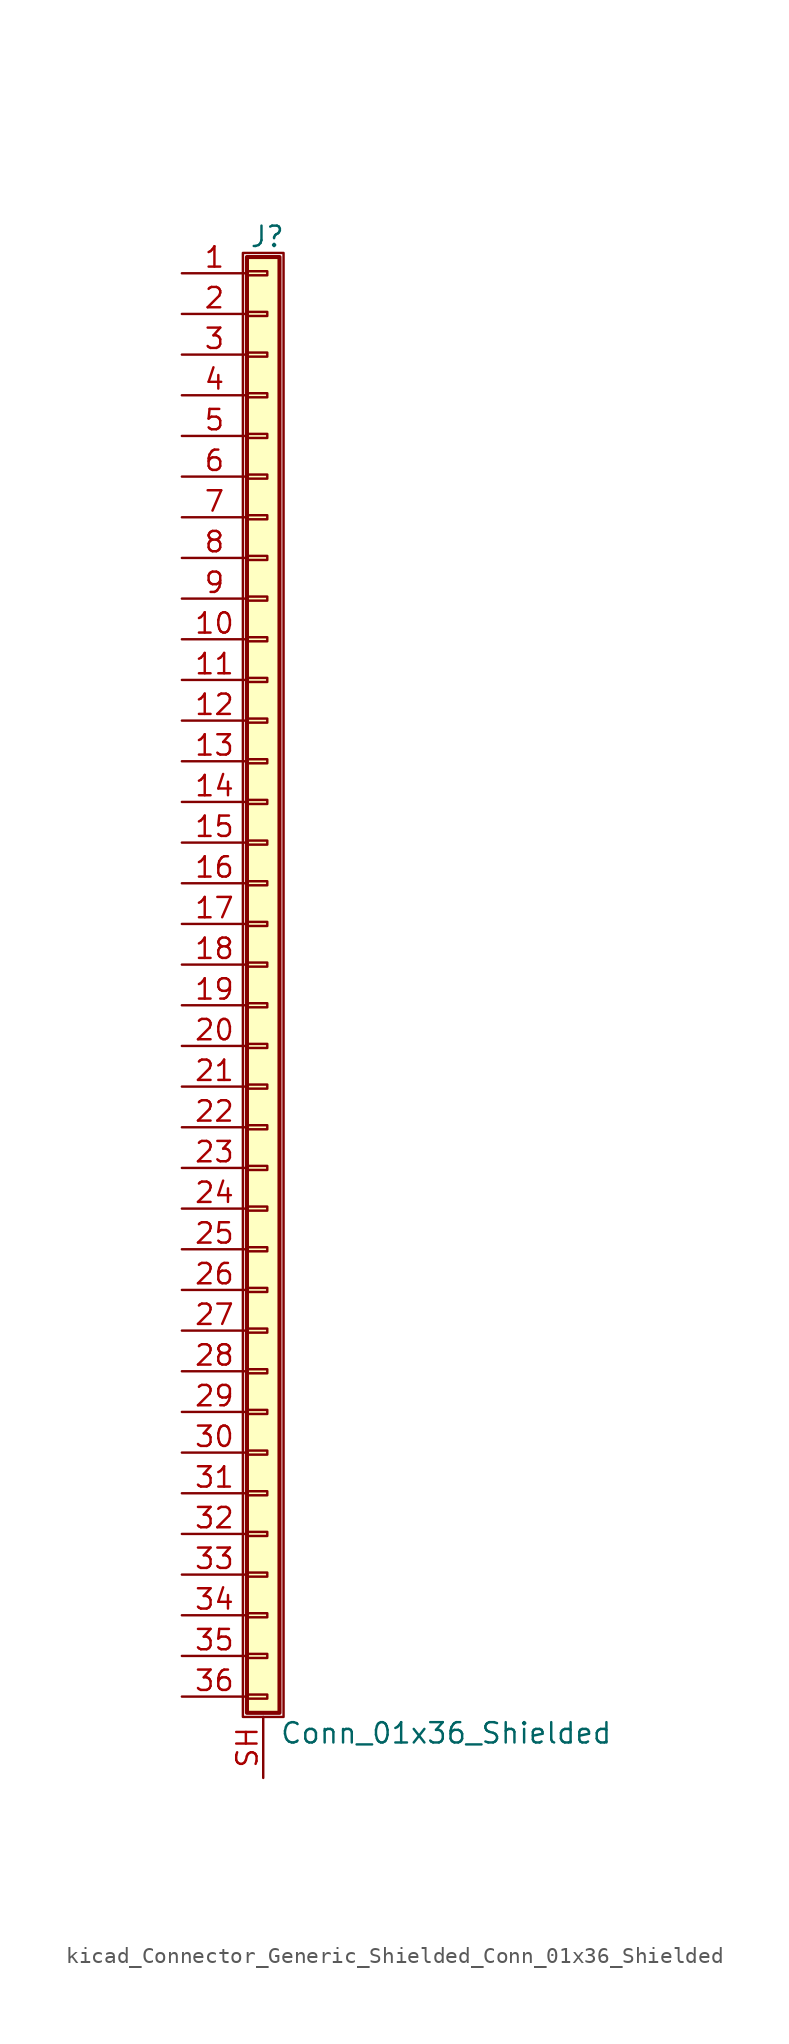
<source format=kicad_sym>
(kicad_symbol_lib
  (version 20220914)
  (generator kicad_symbol_editor)
  (symbol "kicad_Connector_Generic_Shielded_Conn_01x36_Shielded"
    (pin_names
      (offset 1.016) hide)
    (property "Reference" "J"
      (at 0.254 45.466 0)
      (effects (font (size 1.27 1.27))))
    (property "Value" "Conn_01x36_Shielded"
      (at 1.016 -48.006 0)
      (effects (font (size 1.27 1.27)) (justify left)))
    (symbol "kicad_Connector_Generic_Shielded_Conn_01x36_Shielded_1_1"
      (rectangle (start -1.27 44.45) (end 1.27 -46.99) (stroke (width 0.152) (type default)) (fill (type none)))
      (rectangle (start -1.016 -45.593) (end 0.254 -45.847) (stroke (width 0.152) (type default)) (fill (type none)))
      (rectangle (start -1.016 -43.053) (end 0.254 -43.307) (stroke (width 0.152) (type default)) (fill (type none)))
      (rectangle (start -1.016 -40.513) (end 0.254 -40.767) (stroke (width 0.152) (type default)) (fill (type none)))
      (rectangle (start -1.016 -37.973) (end 0.254 -38.227) (stroke (width 0.152) (type default)) (fill (type none)))
      (rectangle (start -1.016 -35.433) (end 0.254 -35.687) (stroke (width 0.152) (type default)) (fill (type none)))
      (rectangle (start -1.016 -32.893) (end 0.254 -33.147) (stroke (width 0.152) (type default)) (fill (type none)))
      (rectangle (start -1.016 -30.353) (end 0.254 -30.607) (stroke (width 0.152) (type default)) (fill (type none)))
      (rectangle (start -1.016 -27.813) (end 0.254 -28.067) (stroke (width 0.152) (type default)) (fill (type none)))
      (rectangle (start -1.016 -25.273) (end 0.254 -25.527) (stroke (width 0.152) (type default)) (fill (type none)))
      (rectangle (start -1.016 -22.733) (end 0.254 -22.987) (stroke (width 0.152) (type default)) (fill (type none)))
      (rectangle (start -1.016 -20.193) (end 0.254 -20.447) (stroke (width 0.152) (type default)) (fill (type none)))
      (rectangle (start -1.016 -17.653) (end 0.254 -17.907) (stroke (width 0.152) (type default)) (fill (type none)))
      (rectangle (start -1.016 -15.113) (end 0.254 -15.367) (stroke (width 0.152) (type default)) (fill (type none)))
      (rectangle (start -1.016 -12.573) (end 0.254 -12.827) (stroke (width 0.152) (type default)) (fill (type none)))
      (rectangle (start -1.016 -10.033) (end 0.254 -10.287) (stroke (width 0.152) (type default)) (fill (type none)))
      (rectangle (start -1.016 -7.493) (end 0.254 -7.747) (stroke (width 0.152) (type default)) (fill (type none)))
      (rectangle (start -1.016 -4.953) (end 0.254 -5.207) (stroke (width 0.152) (type default)) (fill (type none)))
      (rectangle (start -1.016 -2.413) (end 0.254 -2.667) (stroke (width 0.152) (type default)) (fill (type none)))
      (rectangle (start -1.016 0.127) (end 0.254 -0.127) (stroke (width 0.152) (type default)) (fill (type none)))
      (rectangle (start -1.016 2.667) (end 0.254 2.413) (stroke (width 0.152) (type default)) (fill (type none)))
      (rectangle (start -1.016 5.207) (end 0.254 4.953) (stroke (width 0.152) (type default)) (fill (type none)))
      (rectangle (start -1.016 7.747) (end 0.254 7.493) (stroke (width 0.152) (type default)) (fill (type none)))
      (rectangle (start -1.016 10.287) (end 0.254 10.033) (stroke (width 0.152) (type default)) (fill (type none)))
      (rectangle (start -1.016 12.827) (end 0.254 12.573) (stroke (width 0.152) (type default)) (fill (type none)))
      (rectangle (start -1.016 15.367) (end 0.254 15.113) (stroke (width 0.152) (type default)) (fill (type none)))
      (rectangle (start -1.016 17.907) (end 0.254 17.653) (stroke (width 0.152) (type default)) (fill (type none)))
      (rectangle (start -1.016 20.447) (end 0.254 20.193) (stroke (width 0.152) (type default)) (fill (type none)))
      (rectangle (start -1.016 22.987) (end 0.254 22.733) (stroke (width 0.152) (type default)) (fill (type none)))
      (rectangle (start -1.016 25.527) (end 0.254 25.273) (stroke (width 0.152) (type default)) (fill (type none)))
      (rectangle (start -1.016 28.067) (end 0.254 27.813) (stroke (width 0.152) (type default)) (fill (type none)))
      (rectangle (start -1.016 30.607) (end 0.254 30.353) (stroke (width 0.152) (type default)) (fill (type none)))
      (rectangle (start -1.016 33.147) (end 0.254 32.893) (stroke (width 0.152) (type default)) (fill (type none)))
      (rectangle (start -1.016 35.687) (end 0.254 35.433) (stroke (width 0.152) (type default)) (fill (type none)))
      (rectangle (start -1.016 38.227) (end 0.254 37.973) (stroke (width 0.152) (type default)) (fill (type none)))
      (rectangle (start -1.016 40.767) (end 0.254 40.513) (stroke (width 0.152) (type default)) (fill (type none)))
      (rectangle (start -1.016 43.307) (end 0.254 43.053) (stroke (width 0.152) (type default)) (fill (type none)))
      (rectangle (start -1.016 44.196) (end 1.016 -46.736) (stroke (width 0.254) (type default)) (fill (type background)))
      (pin passive line (at -5.08 43.18 0) (length 4.064) (name "Pin_1" (effects (font (size 1.27 1.27)))) (number "1" (effects (font (size 1.27 1.27)))))
      (pin passive line (at -5.08 20.32 0) (length 4.064) (name "Pin_10" (effects (font (size 1.27 1.27)))) (number "10" (effects (font (size 1.27 1.27)))))
      (pin passive line (at -5.08 17.78 0) (length 4.064) (name "Pin_11" (effects (font (size 1.27 1.27)))) (number "11" (effects (font (size 1.27 1.27)))))
      (pin passive line (at -5.08 15.24 0) (length 4.064) (name "Pin_12" (effects (font (size 1.27 1.27)))) (number "12" (effects (font (size 1.27 1.27)))))
      (pin passive line (at -5.08 12.7 0) (length 4.064) (name "Pin_13" (effects (font (size 1.27 1.27)))) (number "13" (effects (font (size 1.27 1.27)))))
      (pin passive line (at -5.08 10.16 0) (length 4.064) (name "Pin_14" (effects (font (size 1.27 1.27)))) (number "14" (effects (font (size 1.27 1.27)))))
      (pin passive line (at -5.08 7.62 0) (length 4.064) (name "Pin_15" (effects (font (size 1.27 1.27)))) (number "15" (effects (font (size 1.27 1.27)))))
      (pin passive line (at -5.08 5.08 0) (length 4.064) (name "Pin_16" (effects (font (size 1.27 1.27)))) (number "16" (effects (font (size 1.27 1.27)))))
      (pin passive line (at -5.08 2.54 0) (length 4.064) (name "Pin_17" (effects (font (size 1.27 1.27)))) (number "17" (effects (font (size 1.27 1.27)))))
      (pin passive line (at -5.08 0 0) (length 4.064) (name "Pin_18" (effects (font (size 1.27 1.27)))) (number "18" (effects (font (size 1.27 1.27)))))
      (pin passive line (at -5.08 -2.54 0) (length 4.064) (name "Pin_19" (effects (font (size 1.27 1.27)))) (number "19" (effects (font (size 1.27 1.27)))))
      (pin passive line (at -5.08 40.64 0) (length 4.064) (name "Pin_2" (effects (font (size 1.27 1.27)))) (number "2" (effects (font (size 1.27 1.27)))))
      (pin passive line (at -5.08 -5.08 0) (length 4.064) (name "Pin_20" (effects (font (size 1.27 1.27)))) (number "20" (effects (font (size 1.27 1.27)))))
      (pin passive line (at -5.08 -7.62 0) (length 4.064) (name "Pin_21" (effects (font (size 1.27 1.27)))) (number "21" (effects (font (size 1.27 1.27)))))
      (pin passive line (at -5.08 -10.16 0) (length 4.064) (name "Pin_22" (effects (font (size 1.27 1.27)))) (number "22" (effects (font (size 1.27 1.27)))))
      (pin passive line (at -5.08 -12.7 0) (length 4.064) (name "Pin_23" (effects (font (size 1.27 1.27)))) (number "23" (effects (font (size 1.27 1.27)))))
      (pin passive line (at -5.08 -15.24 0) (length 4.064) (name "Pin_24" (effects (font (size 1.27 1.27)))) (number "24" (effects (font (size 1.27 1.27)))))
      (pin passive line (at -5.08 -17.78 0) (length 4.064) (name "Pin_25" (effects (font (size 1.27 1.27)))) (number "25" (effects (font (size 1.27 1.27)))))
      (pin passive line (at -5.08 -20.32 0) (length 4.064) (name "Pin_26" (effects (font (size 1.27 1.27)))) (number "26" (effects (font (size 1.27 1.27)))))
      (pin passive line (at -5.08 -22.86 0) (length 4.064) (name "Pin_27" (effects (font (size 1.27 1.27)))) (number "27" (effects (font (size 1.27 1.27)))))
      (pin passive line (at -5.08 -25.4 0) (length 4.064) (name "Pin_28" (effects (font (size 1.27 1.27)))) (number "28" (effects (font (size 1.27 1.27)))))
      (pin passive line (at -5.08 -27.94 0) (length 4.064) (name "Pin_29" (effects (font (size 1.27 1.27)))) (number "29" (effects (font (size 1.27 1.27)))))
      (pin passive line (at -5.08 38.1 0) (length 4.064) (name "Pin_3" (effects (font (size 1.27 1.27)))) (number "3" (effects (font (size 1.27 1.27)))))
      (pin passive line (at -5.08 -30.48 0) (length 4.064) (name "Pin_30" (effects (font (size 1.27 1.27)))) (number "30" (effects (font (size 1.27 1.27)))))
      (pin passive line (at -5.08 -33.02 0) (length 4.064) (name "Pin_31" (effects (font (size 1.27 1.27)))) (number "31" (effects (font (size 1.27 1.27)))))
      (pin passive line (at -5.08 -35.56 0) (length 4.064) (name "Pin_32" (effects (font (size 1.27 1.27)))) (number "32" (effects (font (size 1.27 1.27)))))
      (pin passive line (at -5.08 -38.1 0) (length 4.064) (name "Pin_33" (effects (font (size 1.27 1.27)))) (number "33" (effects (font (size 1.27 1.27)))))
      (pin passive line (at -5.08 -40.64 0) (length 4.064) (name "Pin_34" (effects (font (size 1.27 1.27)))) (number "34" (effects (font (size 1.27 1.27)))))
      (pin passive line (at -5.08 -43.18 0) (length 4.064) (name "Pin_35" (effects (font (size 1.27 1.27)))) (number "35" (effects (font (size 1.27 1.27)))))
      (pin passive line (at -5.08 -45.72 0) (length 4.064) (name "Pin_36" (effects (font (size 1.27 1.27)))) (number "36" (effects (font (size 1.27 1.27)))))
      (pin passive line (at -5.08 35.56 0) (length 4.064) (name "Pin_4" (effects (font (size 1.27 1.27)))) (number "4" (effects (font (size 1.27 1.27)))))
      (pin passive line (at -5.08 33.02 0) (length 4.064) (name "Pin_5" (effects (font (size 1.27 1.27)))) (number "5" (effects (font (size 1.27 1.27)))))
      (pin passive line (at -5.08 30.48 0) (length 4.064) (name "Pin_6" (effects (font (size 1.27 1.27)))) (number "6" (effects (font (size 1.27 1.27)))))
      (pin passive line (at -5.08 27.94 0) (length 4.064) (name "Pin_7" (effects (font (size 1.27 1.27)))) (number "7" (effects (font (size 1.27 1.27)))))
      (pin passive line (at -5.08 25.4 0) (length 4.064) (name "Pin_8" (effects (font (size 1.27 1.27)))) (number "8" (effects (font (size 1.27 1.27)))))
      (pin passive line (at -5.08 22.86 0) (length 4.064) (name "Pin_9" (effects (font (size 1.27 1.27)))) (number "9" (effects (font (size 1.27 1.27)))))
      (pin passive line (at 0 -50.8 90) (length 3.81) (name "Shield" (effects (font (size 1.27 1.27)))) (number "SH" (effects (font (size 1.27 1.27))))))))
</source>
